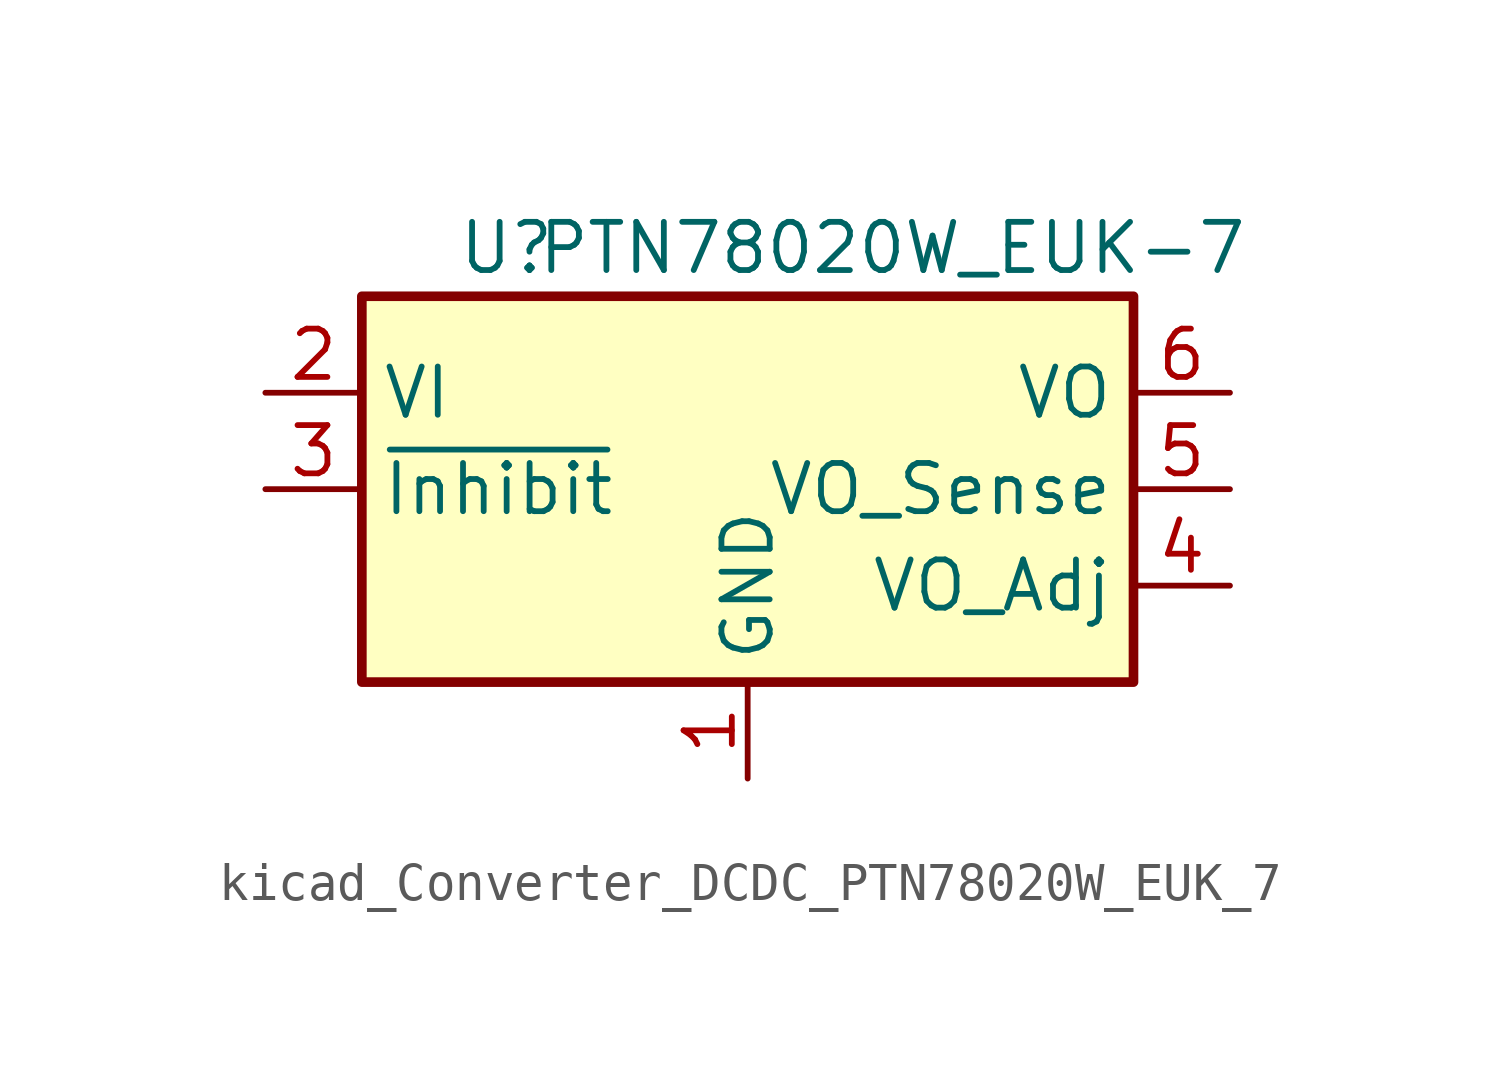
<source format=kicad_sym>
(kicad_symbol_lib
  (version 20220914)
  (generator kicad_symbol_editor)
  (symbol "kicad_Converter_DCDC_PTN78020W_EUK_7"
    (property "Reference" "U"
      (at -6.35 6.35 0)
      (effects (font (size 1.27 1.27))))
    (property "Value" "PTN78020W_EUK-7"
      (at 3.81 6.35 0)
      (effects (font (size 1.27 1.27))))
    (symbol "kicad_Converter_DCDC_PTN78020W_EUK_7_0_1"
      (rectangle (start -10.16 5.08) (end 10.16 -5.08) (stroke (width 0.254) (type default)) (fill (type background))))
    (symbol "kicad_Converter_DCDC_PTN78020W_EUK_7_1_1"
      (pin power_in line (at 0 -7.62 90) (length 2.54) (name "GND" (effects (font (size 1.27 1.27)))) (number "1" (effects (font (size 1.27 1.27)))))
      (pin power_in line (at -12.7 2.54 0) (length 2.54) (name "VI" (effects (font (size 1.27 1.27)))) (number "2" (effects (font (size 1.27 1.27)))))
      (pin input line (at -12.7 0 0) (length 2.54) (name "~{Inhibit}" (effects (font (size 1.27 1.27)))) (number "3" (effects (font (size 1.27 1.27)))))
      (pin input line (at 12.7 -2.54 180) (length 2.54) (name "VO_Adj" (effects (font (size 1.27 1.27)))) (number "4" (effects (font (size 1.27 1.27)))))
      (pin power_out line (at 12.7 0 180) (length 2.54) (name "VO_Sense" (effects (font (size 1.27 1.27)))) (number "5" (effects (font (size 1.27 1.27)))))
      (pin power_out line (at 12.7 2.54 180) (length 2.54) (name "VO" (effects (font (size 1.27 1.27)))) (number "6" (effects (font (size 1.27 1.27)))))
      (pin passive line (at 0 -7.62 90) (length 2.54) hide (name "GND" (effects (font (size 1.27 1.27)))) (number "7" (effects (font (size 1.27 1.27))))))))
</source>
